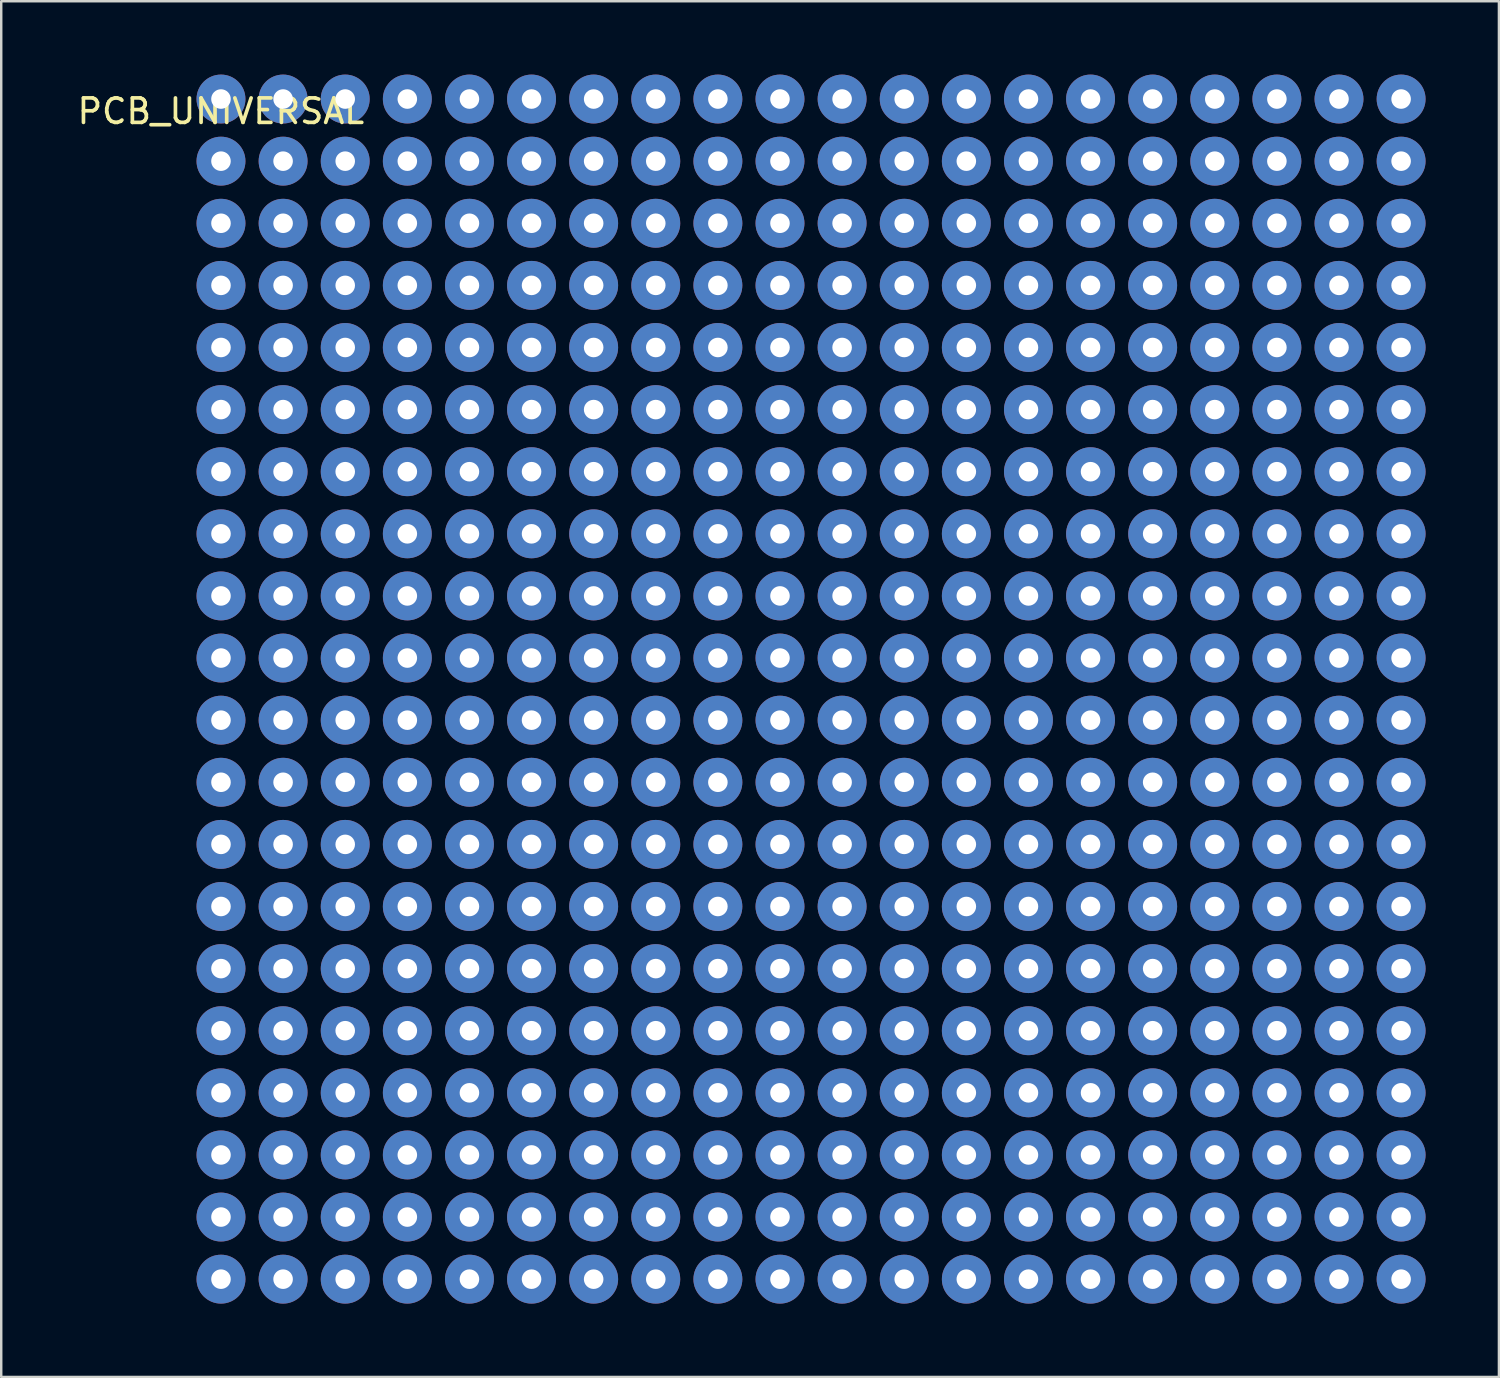
<source format=kicad_pcb>
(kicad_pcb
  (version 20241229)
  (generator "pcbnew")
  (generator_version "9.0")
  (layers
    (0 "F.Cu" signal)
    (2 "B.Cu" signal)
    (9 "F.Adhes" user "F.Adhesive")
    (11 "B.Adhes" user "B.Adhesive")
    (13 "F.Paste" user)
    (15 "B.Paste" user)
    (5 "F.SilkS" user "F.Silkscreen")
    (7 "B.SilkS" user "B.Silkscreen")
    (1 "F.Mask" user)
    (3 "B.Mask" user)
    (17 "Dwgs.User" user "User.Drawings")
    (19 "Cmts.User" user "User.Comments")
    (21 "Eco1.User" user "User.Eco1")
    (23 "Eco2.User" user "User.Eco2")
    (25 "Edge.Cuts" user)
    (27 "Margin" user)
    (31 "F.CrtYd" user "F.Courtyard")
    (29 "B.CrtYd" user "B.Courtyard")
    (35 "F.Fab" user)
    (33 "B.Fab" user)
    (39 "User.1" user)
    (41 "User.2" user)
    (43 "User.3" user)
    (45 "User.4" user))
  (footprint "PCB_UNIVERSAL"
    (layer "F.Cu")
    (at 5.982 1)
    (property "Reference" "PCB_UNIVERSAL" (at 0 0.5 0) (layer "F.SilkS") (effects (font (size 1 1) (thickness 0.15))))
    (attr through_hole)
    (pad "1" thru_hole circle (at 0.005 0) (size 2 2) (drill 0.8) (layers "*.Cu" "*.Mask"))
    (pad "2" thru_hole circle (at 2.545 0) (size 2 2) (drill 0.8) (layers "*.Cu" "*.Mask"))
    (pad "3" thru_hole circle (at 5.085 0) (size 2 2) (drill 0.8) (layers "*.Cu" "*.Mask"))
    (pad "4" thru_hole circle (at 7.625 0) (size 2 2) (drill 0.8) (layers "*.Cu" "*.Mask"))
    (pad "5" thru_hole circle (at 10.165 0) (size 2 2) (drill 0.8) (layers "*.Cu" "*.Mask"))
    (pad "6" thru_hole circle (at 12.705 0) (size 2 2) (drill 0.8) (layers "*.Cu" "*.Mask"))
    (pad "7" thru_hole circle (at 15.245 0) (size 2 2) (drill 0.8) (layers "*.Cu" "*.Mask"))
    (pad "8" thru_hole circle (at 17.785 0) (size 2 2) (drill 0.8) (layers "*.Cu" "*.Mask"))
    (pad "9" thru_hole circle (at 20.325 0) (size 2 2) (drill 0.8) (layers "*.Cu" "*.Mask"))
    (pad "10" thru_hole circle (at 22.865 0) (size 2 2) (drill 0.8) (layers "*.Cu" "*.Mask"))
    (pad "11" thru_hole circle (at 25.405 0) (size 2 2) (drill 0.8) (layers "*.Cu" "*.Mask"))
    (pad "12" thru_hole circle (at 27.945 0) (size 2 2) (drill 0.8) (layers "*.Cu" "*.Mask"))
    (pad "13" thru_hole circle (at 30.485 0) (size 2 2) (drill 0.8) (layers "*.Cu" "*.Mask"))
    (pad "14" thru_hole circle (at 33.025 0) (size 2 2) (drill 0.8) (layers "*.Cu" "*.Mask"))
    (pad "15" thru_hole circle (at 35.565 0) (size 2 2) (drill 0.8) (layers "*.Cu" "*.Mask"))
    (pad "16" thru_hole circle (at 38.105 0) (size 2 2) (drill 0.8) (layers "*.Cu" "*.Mask"))
    (pad "17" thru_hole circle (at 40.645 0) (size 2 2) (drill 0.8) (layers "*.Cu" "*.Mask"))
    (pad "18" thru_hole circle (at 43.185 0) (size 2 2) (drill 0.8) (layers "*.Cu" "*.Mask"))
    (pad "19" thru_hole circle (at 45.725 0) (size 2 2) (drill 0.8) (layers "*.Cu" "*.Mask"))
    (pad "20" thru_hole circle (at 48.265 0) (size 2 2) (drill 0.8) (layers "*.Cu" "*.Mask"))
    (pad "21" thru_hole circle (at 0.005 2.54) (size 2 2) (drill 0.8) (layers "*.Cu" "*.Mask"))
    (pad "22" thru_hole circle (at 2.545 2.54) (size 2 2) (drill 0.8) (layers "*.Cu" "*.Mask"))
    (pad "23" thru_hole circle (at 5.085 2.54) (size 2 2) (drill 0.8) (layers "*.Cu" "*.Mask"))
    (pad "24" thru_hole circle (at 7.625 2.54) (size 2 2) (drill 0.8) (layers "*.Cu" "*.Mask"))
    (pad "25" thru_hole circle (at 10.165 2.54) (size 2 2) (drill 0.8) (layers "*.Cu" "*.Mask"))
    (pad "26" thru_hole circle (at 12.705 2.54) (size 2 2) (drill 0.8) (layers "*.Cu" "*.Mask"))
    (pad "27" thru_hole circle (at 15.245 2.54) (size 2 2) (drill 0.8) (layers "*.Cu" "*.Mask"))
    (pad "28" thru_hole circle (at 17.785 2.54) (size 2 2) (drill 0.8) (layers "*.Cu" "*.Mask"))
    (pad "29" thru_hole circle (at 20.325 2.54) (size 2 2) (drill 0.8) (layers "*.Cu" "*.Mask"))
    (pad "30" thru_hole circle (at 22.865 2.54) (size 2 2) (drill 0.8) (layers "*.Cu" "*.Mask"))
    (pad "31" thru_hole circle (at 25.405 2.54) (size 2 2) (drill 0.8) (layers "*.Cu" "*.Mask"))
    (pad "32" thru_hole circle (at 27.945 2.54) (size 2 2) (drill 0.8) (layers "*.Cu" "*.Mask"))
    (pad "33" thru_hole circle (at 30.485 2.54) (size 2 2) (drill 0.8) (layers "*.Cu" "*.Mask"))
    (pad "34" thru_hole circle (at 33.025 2.54) (size 2 2) (drill 0.8) (layers "*.Cu" "*.Mask"))
    (pad "35" thru_hole circle (at 35.565 2.54) (size 2 2) (drill 0.8) (layers "*.Cu" "*.Mask"))
    (pad "36" thru_hole circle (at 38.105 2.54) (size 2 2) (drill 0.8) (layers "*.Cu" "*.Mask"))
    (pad "37" thru_hole circle (at 40.645 2.54) (size 2 2) (drill 0.8) (layers "*.Cu" "*.Mask"))
    (pad "38" thru_hole circle (at 43.185 2.54) (size 2 2) (drill 0.8) (layers "*.Cu" "*.Mask"))
    (pad "39" thru_hole circle (at 45.725 2.54) (size 2 2) (drill 0.8) (layers "*.Cu" "*.Mask"))
    (pad "40" thru_hole circle (at 48.265 2.54) (size 2 2) (drill 0.8) (layers "*.Cu" "*.Mask"))
    (pad "41" thru_hole circle (at 0.005 5.08) (size 2 2) (drill 0.8) (layers "*.Cu" "*.Mask"))
    (pad "42" thru_hole circle (at 2.545 5.08) (size 2 2) (drill 0.8) (layers "*.Cu" "*.Mask"))
    (pad "43" thru_hole circle (at 5.085 5.08) (size 2 2) (drill 0.8) (layers "*.Cu" "*.Mask"))
    (pad "44" thru_hole circle (at 7.625 5.08) (size 2 2) (drill 0.8) (layers "*.Cu" "*.Mask"))
    (pad "45" thru_hole circle (at 10.165 5.08) (size 2 2) (drill 0.8) (layers "*.Cu" "*.Mask"))
    (pad "46" thru_hole circle (at 12.705 5.08) (size 2 2) (drill 0.8) (layers "*.Cu" "*.Mask"))
    (pad "47" thru_hole circle (at 15.245 5.08) (size 2 2) (drill 0.8) (layers "*.Cu" "*.Mask"))
    (pad "48" thru_hole circle (at 17.785 5.08) (size 2 2) (drill 0.8) (layers "*.Cu" "*.Mask"))
    (pad "49" thru_hole circle (at 20.325 5.08) (size 2 2) (drill 0.8) (layers "*.Cu" "*.Mask"))
    (pad "50" thru_hole circle (at 22.865 5.08) (size 2 2) (drill 0.8) (layers "*.Cu" "*.Mask"))
    (pad "51" thru_hole circle (at 25.405 5.08) (size 2 2) (drill 0.8) (layers "*.Cu" "*.Mask"))
    (pad "52" thru_hole circle (at 27.945 5.08) (size 2 2) (drill 0.8) (layers "*.Cu" "*.Mask"))
    (pad "53" thru_hole circle (at 30.485 5.08) (size 2 2) (drill 0.8) (layers "*.Cu" "*.Mask"))
    (pad "54" thru_hole circle (at 33.025 5.08) (size 2 2) (drill 0.8) (layers "*.Cu" "*.Mask"))
    (pad "55" thru_hole circle (at 35.565 5.08) (size 2 2) (drill 0.8) (layers "*.Cu" "*.Mask"))
    (pad "56" thru_hole circle (at 38.105 5.08) (size 2 2) (drill 0.8) (layers "*.Cu" "*.Mask"))
    (pad "57" thru_hole circle (at 40.645 5.08) (size 2 2) (drill 0.8) (layers "*.Cu" "*.Mask"))
    (pad "58" thru_hole circle (at 43.185 5.08) (size 2 2) (drill 0.8) (layers "*.Cu" "*.Mask"))
    (pad "59" thru_hole circle (at 45.725 5.08) (size 2 2) (drill 0.8) (layers "*.Cu" "*.Mask"))
    (pad "60" thru_hole circle (at 48.265 5.08) (size 2 2) (drill 0.8) (layers "*.Cu" "*.Mask"))
    (pad "61" thru_hole circle (at 0.005 7.62) (size 2 2) (drill 0.8) (layers "*.Cu" "*.Mask"))
    (pad "62" thru_hole circle (at 2.545 7.62) (size 2 2) (drill 0.8) (layers "*.Cu" "*.Mask"))
    (pad "63" thru_hole circle (at 5.085 7.62) (size 2 2) (drill 0.8) (layers "*.Cu" "*.Mask"))
    (pad "64" thru_hole circle (at 7.625 7.62) (size 2 2) (drill 0.8) (layers "*.Cu" "*.Mask"))
    (pad "65" thru_hole circle (at 10.165 7.62) (size 2 2) (drill 0.8) (layers "*.Cu" "*.Mask"))
    (pad "66" thru_hole circle (at 12.705 7.62) (size 2 2) (drill 0.8) (layers "*.Cu" "*.Mask"))
    (pad "67" thru_hole circle (at 15.245 7.62) (size 2 2) (drill 0.8) (layers "*.Cu" "*.Mask"))
    (pad "68" thru_hole circle (at 17.785 7.62) (size 2 2) (drill 0.8) (layers "*.Cu" "*.Mask"))
    (pad "69" thru_hole circle (at 20.325 7.62) (size 2 2) (drill 0.8) (layers "*.Cu" "*.Mask"))
    (pad "70" thru_hole circle (at 22.865 7.62) (size 2 2) (drill 0.8) (layers "*.Cu" "*.Mask"))
    (pad "71" thru_hole circle (at 25.405 7.62) (size 2 2) (drill 0.8) (layers "*.Cu" "*.Mask"))
    (pad "72" thru_hole circle (at 27.945 7.62) (size 2 2) (drill 0.8) (layers "*.Cu" "*.Mask"))
    (pad "73" thru_hole circle (at 30.485 7.62) (size 2 2) (drill 0.8) (layers "*.Cu" "*.Mask"))
    (pad "74" thru_hole circle (at 33.025 7.62) (size 2 2) (drill 0.8) (layers "*.Cu" "*.Mask"))
    (pad "75" thru_hole circle (at 35.565 7.62) (size 2 2) (drill 0.8) (layers "*.Cu" "*.Mask"))
    (pad "76" thru_hole circle (at 38.105 7.62) (size 2 2) (drill 0.8) (layers "*.Cu" "*.Mask"))
    (pad "77" thru_hole circle (at 40.645 7.62) (size 2 2) (drill 0.8) (layers "*.Cu" "*.Mask"))
    (pad "78" thru_hole circle (at 43.185 7.62) (size 2 2) (drill 0.8) (layers "*.Cu" "*.Mask"))
    (pad "79" thru_hole circle (at 45.725 7.62) (size 2 2) (drill 0.8) (layers "*.Cu" "*.Mask"))
    (pad "80" thru_hole circle (at 48.265 7.62) (size 2 2) (drill 0.8) (layers "*.Cu" "*.Mask"))
    (pad "81" thru_hole circle (at 0.005 10.16) (size 2 2) (drill 0.8) (layers "*.Cu" "*.Mask"))
    (pad "82" thru_hole circle (at 2.545 10.16) (size 2 2) (drill 0.8) (layers "*.Cu" "*.Mask"))
    (pad "83" thru_hole circle (at 5.085 10.16) (size 2 2) (drill 0.8) (layers "*.Cu" "*.Mask"))
    (pad "84" thru_hole circle (at 7.625 10.16) (size 2 2) (drill 0.8) (layers "*.Cu" "*.Mask"))
    (pad "85" thru_hole circle (at 10.165 10.16) (size 2 2) (drill 0.8) (layers "*.Cu" "*.Mask"))
    (pad "86" thru_hole circle (at 12.705 10.16) (size 2 2) (drill 0.8) (layers "*.Cu" "*.Mask"))
    (pad "87" thru_hole circle (at 15.245 10.16) (size 2 2) (drill 0.8) (layers "*.Cu" "*.Mask"))
    (pad "88" thru_hole circle (at 17.785 10.16) (size 2 2) (drill 0.8) (layers "*.Cu" "*.Mask"))
    (pad "89" thru_hole circle (at 20.325 10.16) (size 2 2) (drill 0.8) (layers "*.Cu" "*.Mask"))
    (pad "90" thru_hole circle (at 22.865 10.16) (size 2 2) (drill 0.8) (layers "*.Cu" "*.Mask"))
    (pad "91" thru_hole circle (at 25.405 10.16) (size 2 2) (drill 0.8) (layers "*.Cu" "*.Mask"))
    (pad "92" thru_hole circle (at 27.945 10.16) (size 2 2) (drill 0.8) (layers "*.Cu" "*.Mask"))
    (pad "93" thru_hole circle (at 30.485 10.16) (size 2 2) (drill 0.8) (layers "*.Cu" "*.Mask"))
    (pad "94" thru_hole circle (at 33.025 10.16) (size 2 2) (drill 0.8) (layers "*.Cu" "*.Mask"))
    (pad "95" thru_hole circle (at 35.565 10.16) (size 2 2) (drill 0.8) (layers "*.Cu" "*.Mask"))
    (pad "96" thru_hole circle (at 38.105 10.16) (size 2 2) (drill 0.8) (layers "*.Cu" "*.Mask"))
    (pad "97" thru_hole circle (at 40.645 10.16) (size 2 2) (drill 0.8) (layers "*.Cu" "*.Mask"))
    (pad "98" thru_hole circle (at 43.185 10.16) (size 2 2) (drill 0.8) (layers "*.Cu" "*.Mask"))
    (pad "99" thru_hole circle (at 45.725 10.16) (size 2 2) (drill 0.8) (layers "*.Cu" "*.Mask"))
    (pad "100" thru_hole circle (at 48.265 10.16) (size 2 2) (drill 0.8) (layers "*.Cu" "*.Mask"))
    (pad "101" thru_hole circle (at 0.005 12.7) (size 2 2) (drill 0.8) (layers "*.Cu" "*.Mask"))
    (pad "102" thru_hole circle (at 2.545 12.7) (size 2 2) (drill 0.8) (layers "*.Cu" "*.Mask"))
    (pad "103" thru_hole circle (at 5.085 12.7) (size 2 2) (drill 0.8) (layers "*.Cu" "*.Mask"))
    (pad "104" thru_hole circle (at 7.625 12.7) (size 2 2) (drill 0.8) (layers "*.Cu" "*.Mask"))
    (pad "105" thru_hole circle (at 10.165 12.7) (size 2 2) (drill 0.8) (layers "*.Cu" "*.Mask"))
    (pad "106" thru_hole circle (at 12.705 12.7) (size 2 2) (drill 0.8) (layers "*.Cu" "*.Mask"))
    (pad "107" thru_hole circle (at 15.245 12.7) (size 2 2) (drill 0.8) (layers "*.Cu" "*.Mask"))
    (pad "108" thru_hole circle (at 17.785 12.7) (size 2 2) (drill 0.8) (layers "*.Cu" "*.Mask"))
    (pad "109" thru_hole circle (at 20.325 12.7) (size 2 2) (drill 0.8) (layers "*.Cu" "*.Mask"))
    (pad "110" thru_hole circle (at 22.865 12.7) (size 2 2) (drill 0.8) (layers "*.Cu" "*.Mask"))
    (pad "111" thru_hole circle (at 25.405 12.7) (size 2 2) (drill 0.8) (layers "*.Cu" "*.Mask"))
    (pad "112" thru_hole circle (at 27.945 12.7) (size 2 2) (drill 0.8) (layers "*.Cu" "*.Mask"))
    (pad "113" thru_hole circle (at 30.485 12.7) (size 2 2) (drill 0.8) (layers "*.Cu" "*.Mask"))
    (pad "114" thru_hole circle (at 33.025 12.7) (size 2 2) (drill 0.8) (layers "*.Cu" "*.Mask"))
    (pad "115" thru_hole circle (at 35.565 12.7) (size 2 2) (drill 0.8) (layers "*.Cu" "*.Mask"))
    (pad "116" thru_hole circle (at 38.105 12.7) (size 2 2) (drill 0.8) (layers "*.Cu" "*.Mask"))
    (pad "117" thru_hole circle (at 40.645 12.7) (size 2 2) (drill 0.8) (layers "*.Cu" "*.Mask"))
    (pad "118" thru_hole circle (at 43.185 12.7) (size 2 2) (drill 0.8) (layers "*.Cu" "*.Mask"))
    (pad "119" thru_hole circle (at 45.725 12.7) (size 2 2) (drill 0.8) (layers "*.Cu" "*.Mask"))
    (pad "120" thru_hole circle (at 48.265 12.7) (size 2 2) (drill 0.8) (layers "*.Cu" "*.Mask"))
    (pad "121" thru_hole circle (at 0.005 15.24) (size 2 2) (drill 0.8) (layers "*.Cu" "*.Mask"))
    (pad "122" thru_hole circle (at 2.545 15.24) (size 2 2) (drill 0.8) (layers "*.Cu" "*.Mask"))
    (pad "123" thru_hole circle (at 5.085 15.24) (size 2 2) (drill 0.8) (layers "*.Cu" "*.Mask"))
    (pad "124" thru_hole circle (at 7.625 15.24) (size 2 2) (drill 0.8) (layers "*.Cu" "*.Mask"))
    (pad "125" thru_hole circle (at 10.165 15.24) (size 2 2) (drill 0.8) (layers "*.Cu" "*.Mask"))
    (pad "126" thru_hole circle (at 12.705 15.24) (size 2 2) (drill 0.8) (layers "*.Cu" "*.Mask"))
    (pad "127" thru_hole circle (at 15.245 15.24) (size 2 2) (drill 0.8) (layers "*.Cu" "*.Mask"))
    (pad "128" thru_hole circle (at 17.785 15.24) (size 2 2) (drill 0.8) (layers "*.Cu" "*.Mask"))
    (pad "129" thru_hole circle (at 20.325 15.24) (size 2 2) (drill 0.8) (layers "*.Cu" "*.Mask"))
    (pad "130" thru_hole circle (at 22.865 15.24) (size 2 2) (drill 0.8) (layers "*.Cu" "*.Mask"))
    (pad "131" thru_hole circle (at 25.405 15.24) (size 2 2) (drill 0.8) (layers "*.Cu" "*.Mask"))
    (pad "132" thru_hole circle (at 27.945 15.24) (size 2 2) (drill 0.8) (layers "*.Cu" "*.Mask"))
    (pad "133" thru_hole circle (at 30.485 15.24) (size 2 2) (drill 0.8) (layers "*.Cu" "*.Mask"))
    (pad "134" thru_hole circle (at 33.025 15.24) (size 2 2) (drill 0.8) (layers "*.Cu" "*.Mask"))
    (pad "135" thru_hole circle (at 35.565 15.24) (size 2 2) (drill 0.8) (layers "*.Cu" "*.Mask"))
    (pad "136" thru_hole circle (at 38.105 15.24) (size 2 2) (drill 0.8) (layers "*.Cu" "*.Mask"))
    (pad "137" thru_hole circle (at 40.645 15.24) (size 2 2) (drill 0.8) (layers "*.Cu" "*.Mask"))
    (pad "138" thru_hole circle (at 43.185 15.24) (size 2 2) (drill 0.8) (layers "*.Cu" "*.Mask"))
    (pad "139" thru_hole circle (at 45.725 15.24) (size 2 2) (drill 0.8) (layers "*.Cu" "*.Mask"))
    (pad "140" thru_hole circle (at 48.265 15.24) (size 2 2) (drill 0.8) (layers "*.Cu" "*.Mask"))
    (pad "141" thru_hole circle (at 0.005 17.78) (size 2 2) (drill 0.8) (layers "*.Cu" "*.Mask"))
    (pad "142" thru_hole circle (at 2.545 17.78) (size 2 2) (drill 0.8) (layers "*.Cu" "*.Mask"))
    (pad "143" thru_hole circle (at 5.085 17.78) (size 2 2) (drill 0.8) (layers "*.Cu" "*.Mask"))
    (pad "144" thru_hole circle (at 7.625 17.78) (size 2 2) (drill 0.8) (layers "*.Cu" "*.Mask"))
    (pad "145" thru_hole circle (at 10.165 17.78) (size 2 2) (drill 0.8) (layers "*.Cu" "*.Mask"))
    (pad "146" thru_hole circle (at 12.705 17.78) (size 2 2) (drill 0.8) (layers "*.Cu" "*.Mask"))
    (pad "147" thru_hole circle (at 15.245 17.78) (size 2 2) (drill 0.8) (layers "*.Cu" "*.Mask"))
    (pad "148" thru_hole circle (at 17.785 17.78) (size 2 2) (drill 0.8) (layers "*.Cu" "*.Mask"))
    (pad "149" thru_hole circle (at 20.325 17.78) (size 2 2) (drill 0.8) (layers "*.Cu" "*.Mask"))
    (pad "150" thru_hole circle (at 22.865 17.78) (size 2 2) (drill 0.8) (layers "*.Cu" "*.Mask"))
    (pad "151" thru_hole circle (at 25.405 17.78) (size 2 2) (drill 0.8) (layers "*.Cu" "*.Mask"))
    (pad "152" thru_hole circle (at 27.945 17.78) (size 2 2) (drill 0.8) (layers "*.Cu" "*.Mask"))
    (pad "153" thru_hole circle (at 30.485 17.78) (size 2 2) (drill 0.8) (layers "*.Cu" "*.Mask"))
    (pad "154" thru_hole circle (at 33.025 17.78) (size 2 2) (drill 0.8) (layers "*.Cu" "*.Mask"))
    (pad "155" thru_hole circle (at 35.565 17.78) (size 2 2) (drill 0.8) (layers "*.Cu" "*.Mask"))
    (pad "156" thru_hole circle (at 38.105 17.78) (size 2 2) (drill 0.8) (layers "*.Cu" "*.Mask"))
    (pad "157" thru_hole circle (at 40.645 17.78) (size 2 2) (drill 0.8) (layers "*.Cu" "*.Mask"))
    (pad "158" thru_hole circle (at 43.185 17.78) (size 2 2) (drill 0.8) (layers "*.Cu" "*.Mask"))
    (pad "159" thru_hole circle (at 45.725 17.78) (size 2 2) (drill 0.8) (layers "*.Cu" "*.Mask"))
    (pad "160" thru_hole circle (at 48.265 17.78) (size 2 2) (drill 0.8) (layers "*.Cu" "*.Mask"))
    (pad "161" thru_hole circle (at 0.005 20.32) (size 2 2) (drill 0.8) (layers "*.Cu" "*.Mask"))
    (pad "162" thru_hole circle (at 2.545 20.32) (size 2 2) (drill 0.8) (layers "*.Cu" "*.Mask"))
    (pad "163" thru_hole circle (at 5.085 20.32) (size 2 2) (drill 0.8) (layers "*.Cu" "*.Mask"))
    (pad "164" thru_hole circle (at 7.625 20.32) (size 2 2) (drill 0.8) (layers "*.Cu" "*.Mask"))
    (pad "165" thru_hole circle (at 10.165 20.32) (size 2 2) (drill 0.8) (layers "*.Cu" "*.Mask"))
    (pad "166" thru_hole circle (at 12.705 20.32) (size 2 2) (drill 0.8) (layers "*.Cu" "*.Mask"))
    (pad "167" thru_hole circle (at 15.245 20.32) (size 2 2) (drill 0.8) (layers "*.Cu" "*.Mask"))
    (pad "168" thru_hole circle (at 17.785 20.32) (size 2 2) (drill 0.8) (layers "*.Cu" "*.Mask"))
    (pad "169" thru_hole circle (at 20.325 20.32) (size 2 2) (drill 0.8) (layers "*.Cu" "*.Mask"))
    (pad "170" thru_hole circle (at 22.865 20.32) (size 2 2) (drill 0.8) (layers "*.Cu" "*.Mask"))
    (pad "171" thru_hole circle (at 25.405 20.32) (size 2 2) (drill 0.8) (layers "*.Cu" "*.Mask"))
    (pad "172" thru_hole circle (at 27.945 20.32) (size 2 2) (drill 0.8) (layers "*.Cu" "*.Mask"))
    (pad "173" thru_hole circle (at 30.485 20.32) (size 2 2) (drill 0.8) (layers "*.Cu" "*.Mask"))
    (pad "174" thru_hole circle (at 33.025 20.32) (size 2 2) (drill 0.8) (layers "*.Cu" "*.Mask"))
    (pad "175" thru_hole circle (at 35.565 20.32) (size 2 2) (drill 0.8) (layers "*.Cu" "*.Mask"))
    (pad "176" thru_hole circle (at 38.105 20.32) (size 2 2) (drill 0.8) (layers "*.Cu" "*.Mask"))
    (pad "177" thru_hole circle (at 40.645 20.32) (size 2 2) (drill 0.8) (layers "*.Cu" "*.Mask"))
    (pad "178" thru_hole circle (at 43.185 20.32) (size 2 2) (drill 0.8) (layers "*.Cu" "*.Mask"))
    (pad "179" thru_hole circle (at 45.725 20.32) (size 2 2) (drill 0.8) (layers "*.Cu" "*.Mask"))
    (pad "180" thru_hole circle (at 48.265 20.32) (size 2 2) (drill 0.8) (layers "*.Cu" "*.Mask"))
    (pad "181" thru_hole circle (at 0.005 22.86) (size 2 2) (drill 0.8) (layers "*.Cu" "*.Mask"))
    (pad "182" thru_hole circle (at 2.545 22.86) (size 2 2) (drill 0.8) (layers "*.Cu" "*.Mask"))
    (pad "183" thru_hole circle (at 5.085 22.86) (size 2 2) (drill 0.8) (layers "*.Cu" "*.Mask"))
    (pad "184" thru_hole circle (at 7.625 22.86) (size 2 2) (drill 0.8) (layers "*.Cu" "*.Mask"))
    (pad "185" thru_hole circle (at 10.165 22.86) (size 2 2) (drill 0.8) (layers "*.Cu" "*.Mask"))
    (pad "186" thru_hole circle (at 12.705 22.86) (size 2 2) (drill 0.8) (layers "*.Cu" "*.Mask"))
    (pad "187" thru_hole circle (at 15.245 22.86) (size 2 2) (drill 0.8) (layers "*.Cu" "*.Mask"))
    (pad "188" thru_hole circle (at 17.785 22.86) (size 2 2) (drill 0.8) (layers "*.Cu" "*.Mask"))
    (pad "189" thru_hole circle (at 20.325 22.86) (size 2 2) (drill 0.8) (layers "*.Cu" "*.Mask"))
    (pad "190" thru_hole circle (at 22.865 22.86) (size 2 2) (drill 0.8) (layers "*.Cu" "*.Mask"))
    (pad "191" thru_hole circle (at 25.405 22.86) (size 2 2) (drill 0.8) (layers "*.Cu" "*.Mask"))
    (pad "192" thru_hole circle (at 27.945 22.86) (size 2 2) (drill 0.8) (layers "*.Cu" "*.Mask"))
    (pad "193" thru_hole circle (at 30.485 22.86) (size 2 2) (drill 0.8) (layers "*.Cu" "*.Mask"))
    (pad "194" thru_hole circle (at 33.025 22.86) (size 2 2) (drill 0.8) (layers "*.Cu" "*.Mask"))
    (pad "195" thru_hole circle (at 35.565 22.86) (size 2 2) (drill 0.8) (layers "*.Cu" "*.Mask"))
    (pad "196" thru_hole circle (at 38.105 22.86) (size 2 2) (drill 0.8) (layers "*.Cu" "*.Mask"))
    (pad "197" thru_hole circle (at 40.645 22.86) (size 2 2) (drill 0.8) (layers "*.Cu" "*.Mask"))
    (pad "198" thru_hole circle (at 43.185 22.86) (size 2 2) (drill 0.8) (layers "*.Cu" "*.Mask"))
    (pad "199" thru_hole circle (at 45.725 22.86) (size 2 2) (drill 0.8) (layers "*.Cu" "*.Mask"))
    (pad "200" thru_hole circle (at 48.265 22.86) (size 2 2) (drill 0.8) (layers "*.Cu" "*.Mask"))
    (pad "201" thru_hole circle (at 0.005 25.4) (size 2 2) (drill 0.8) (layers "*.Cu" "*.Mask"))
    (pad "202" thru_hole circle (at 2.545 25.4) (size 2 2) (drill 0.8) (layers "*.Cu" "*.Mask"))
    (pad "203" thru_hole circle (at 5.085 25.4) (size 2 2) (drill 0.8) (layers "*.Cu" "*.Mask"))
    (pad "204" thru_hole circle (at 7.625 25.4) (size 2 2) (drill 0.8) (layers "*.Cu" "*.Mask"))
    (pad "205" thru_hole circle (at 10.165 25.4) (size 2 2) (drill 0.8) (layers "*.Cu" "*.Mask"))
    (pad "206" thru_hole circle (at 12.705 25.4) (size 2 2) (drill 0.8) (layers "*.Cu" "*.Mask"))
    (pad "207" thru_hole circle (at 15.245 25.4) (size 2 2) (drill 0.8) (layers "*.Cu" "*.Mask"))
    (pad "208" thru_hole circle (at 17.785 25.4) (size 2 2) (drill 0.8) (layers "*.Cu" "*.Mask"))
    (pad "209" thru_hole circle (at 20.325 25.4) (size 2 2) (drill 0.8) (layers "*.Cu" "*.Mask"))
    (pad "210" thru_hole circle (at 22.865 25.4) (size 2 2) (drill 0.8) (layers "*.Cu" "*.Mask"))
    (pad "211" thru_hole circle (at 25.405 25.4) (size 2 2) (drill 0.8) (layers "*.Cu" "*.Mask"))
    (pad "212" thru_hole circle (at 27.945 25.4) (size 2 2) (drill 0.8) (layers "*.Cu" "*.Mask"))
    (pad "213" thru_hole circle (at 30.485 25.4) (size 2 2) (drill 0.8) (layers "*.Cu" "*.Mask"))
    (pad "214" thru_hole circle (at 33.025 25.4) (size 2 2) (drill 0.8) (layers "*.Cu" "*.Mask"))
    (pad "215" thru_hole circle (at 35.565 25.4) (size 2 2) (drill 0.8) (layers "*.Cu" "*.Mask"))
    (pad "216" thru_hole circle (at 38.105 25.4) (size 2 2) (drill 0.8) (layers "*.Cu" "*.Mask"))
    (pad "217" thru_hole circle (at 40.645 25.4) (size 2 2) (drill 0.8) (layers "*.Cu" "*.Mask"))
    (pad "218" thru_hole circle (at 43.185 25.4) (size 2 2) (drill 0.8) (layers "*.Cu" "*.Mask"))
    (pad "219" thru_hole circle (at 45.725 25.4) (size 2 2) (drill 0.8) (layers "*.Cu" "*.Mask"))
    (pad "220" thru_hole circle (at 48.265 25.4) (size 2 2) (drill 0.8) (layers "*.Cu" "*.Mask"))
    (pad "221" thru_hole circle (at 0.005 27.94) (size 2 2) (drill 0.8) (layers "*.Cu" "*.Mask"))
    (pad "222" thru_hole circle (at 2.545 27.94) (size 2 2) (drill 0.8) (layers "*.Cu" "*.Mask"))
    (pad "223" thru_hole circle (at 5.085 27.94) (size 2 2) (drill 0.8) (layers "*.Cu" "*.Mask"))
    (pad "224" thru_hole circle (at 7.625 27.94) (size 2 2) (drill 0.8) (layers "*.Cu" "*.Mask"))
    (pad "225" thru_hole circle (at 10.165 27.94) (size 2 2) (drill 0.8) (layers "*.Cu" "*.Mask"))
    (pad "226" thru_hole circle (at 12.705 27.94) (size 2 2) (drill 0.8) (layers "*.Cu" "*.Mask"))
    (pad "227" thru_hole circle (at 15.245 27.94) (size 2 2) (drill 0.8) (layers "*.Cu" "*.Mask"))
    (pad "228" thru_hole circle (at 17.785 27.94) (size 2 2) (drill 0.8) (layers "*.Cu" "*.Mask"))
    (pad "229" thru_hole circle (at 20.325 27.94) (size 2 2) (drill 0.8) (layers "*.Cu" "*.Mask"))
    (pad "230" thru_hole circle (at 22.865 27.94) (size 2 2) (drill 0.8) (layers "*.Cu" "*.Mask"))
    (pad "231" thru_hole circle (at 25.405 27.94) (size 2 2) (drill 0.8) (layers "*.Cu" "*.Mask"))
    (pad "232" thru_hole circle (at 27.945 27.94) (size 2 2) (drill 0.8) (layers "*.Cu" "*.Mask"))
    (pad "233" thru_hole circle (at 30.485 27.94) (size 2 2) (drill 0.8) (layers "*.Cu" "*.Mask"))
    (pad "234" thru_hole circle (at 33.025 27.94) (size 2 2) (drill 0.8) (layers "*.Cu" "*.Mask"))
    (pad "235" thru_hole circle (at 35.565 27.94) (size 2 2) (drill 0.8) (layers "*.Cu" "*.Mask"))
    (pad "236" thru_hole circle (at 38.105 27.94) (size 2 2) (drill 0.8) (layers "*.Cu" "*.Mask"))
    (pad "237" thru_hole circle (at 40.645 27.94) (size 2 2) (drill 0.8) (layers "*.Cu" "*.Mask"))
    (pad "238" thru_hole circle (at 43.185 27.94) (size 2 2) (drill 0.8) (layers "*.Cu" "*.Mask"))
    (pad "239" thru_hole circle (at 45.725 27.94) (size 2 2) (drill 0.8) (layers "*.Cu" "*.Mask"))
    (pad "240" thru_hole circle (at 48.265 27.94) (size 2 2) (drill 0.8) (layers "*.Cu" "*.Mask"))
    (pad "241" thru_hole circle (at 0.005 30.48) (size 2 2) (drill 0.8) (layers "*.Cu" "*.Mask"))
    (pad "242" thru_hole circle (at 2.545 30.48) (size 2 2) (drill 0.8) (layers "*.Cu" "*.Mask"))
    (pad "243" thru_hole circle (at 5.085 30.48) (size 2 2) (drill 0.8) (layers "*.Cu" "*.Mask"))
    (pad "244" thru_hole circle (at 7.625 30.48) (size 2 2) (drill 0.8) (layers "*.Cu" "*.Mask"))
    (pad "245" thru_hole circle (at 10.165 30.48) (size 2 2) (drill 0.8) (layers "*.Cu" "*.Mask"))
    (pad "246" thru_hole circle (at 12.705 30.48) (size 2 2) (drill 0.8) (layers "*.Cu" "*.Mask"))
    (pad "247" thru_hole circle (at 15.245 30.48) (size 2 2) (drill 0.8) (layers "*.Cu" "*.Mask"))
    (pad "248" thru_hole circle (at 17.785 30.48) (size 2 2) (drill 0.8) (layers "*.Cu" "*.Mask"))
    (pad "249" thru_hole circle (at 20.325 30.48) (size 2 2) (drill 0.8) (layers "*.Cu" "*.Mask"))
    (pad "250" thru_hole circle (at 22.865 30.48) (size 2 2) (drill 0.8) (layers "*.Cu" "*.Mask"))
    (pad "251" thru_hole circle (at 25.405 30.48) (size 2 2) (drill 0.8) (layers "*.Cu" "*.Mask"))
    (pad "252" thru_hole circle (at 27.945 30.48) (size 2 2) (drill 0.8) (layers "*.Cu" "*.Mask"))
    (pad "253" thru_hole circle (at 30.485 30.48) (size 2 2) (drill 0.8) (layers "*.Cu" "*.Mask"))
    (pad "254" thru_hole circle (at 33.025 30.48) (size 2 2) (drill 0.8) (layers "*.Cu" "*.Mask"))
    (pad "255" thru_hole circle (at 35.565 30.48) (size 2 2) (drill 0.8) (layers "*.Cu" "*.Mask"))
    (pad "256" thru_hole circle (at 38.105 30.48) (size 2 2) (drill 0.8) (layers "*.Cu" "*.Mask"))
    (pad "257" thru_hole circle (at 40.645 30.48) (size 2 2) (drill 0.8) (layers "*.Cu" "*.Mask"))
    (pad "258" thru_hole circle (at 43.185 30.48) (size 2 2) (drill 0.8) (layers "*.Cu" "*.Mask"))
    (pad "259" thru_hole circle (at 45.725 30.48) (size 2 2) (drill 0.8) (layers "*.Cu" "*.Mask"))
    (pad "260" thru_hole circle (at 48.265 30.48) (size 2 2) (drill 0.8) (layers "*.Cu" "*.Mask"))
    (pad "261" thru_hole circle (at 0.005 33.02) (size 2 2) (drill 0.8) (layers "*.Cu" "*.Mask"))
    (pad "262" thru_hole circle (at 2.545 33.02) (size 2 2) (drill 0.8) (layers "*.Cu" "*.Mask"))
    (pad "263" thru_hole circle (at 5.085 33.02) (size 2 2) (drill 0.8) (layers "*.Cu" "*.Mask"))
    (pad "264" thru_hole circle (at 7.625 33.02) (size 2 2) (drill 0.8) (layers "*.Cu" "*.Mask"))
    (pad "265" thru_hole circle (at 10.165 33.02) (size 2 2) (drill 0.8) (layers "*.Cu" "*.Mask"))
    (pad "266" thru_hole circle (at 12.705 33.02) (size 2 2) (drill 0.8) (layers "*.Cu" "*.Mask"))
    (pad "267" thru_hole circle (at 15.245 33.02) (size 2 2) (drill 0.8) (layers "*.Cu" "*.Mask"))
    (pad "268" thru_hole circle (at 17.785 33.02) (size 2 2) (drill 0.8) (layers "*.Cu" "*.Mask"))
    (pad "269" thru_hole circle (at 20.325 33.02) (size 2 2) (drill 0.8) (layers "*.Cu" "*.Mask"))
    (pad "270" thru_hole circle (at 22.865 33.02) (size 2 2) (drill 0.8) (layers "*.Cu" "*.Mask"))
    (pad "271" thru_hole circle (at 25.405 33.02) (size 2 2) (drill 0.8) (layers "*.Cu" "*.Mask"))
    (pad "272" thru_hole circle (at 27.945 33.02) (size 2 2) (drill 0.8) (layers "*.Cu" "*.Mask"))
    (pad "273" thru_hole circle (at 30.485 33.02) (size 2 2) (drill 0.8) (layers "*.Cu" "*.Mask"))
    (pad "274" thru_hole circle (at 33.025 33.02) (size 2 2) (drill 0.8) (layers "*.Cu" "*.Mask"))
    (pad "275" thru_hole circle (at 35.565 33.02) (size 2 2) (drill 0.8) (layers "*.Cu" "*.Mask"))
    (pad "276" thru_hole circle (at 38.105 33.02) (size 2 2) (drill 0.8) (layers "*.Cu" "*.Mask"))
    (pad "277" thru_hole circle (at 40.645 33.02) (size 2 2) (drill 0.8) (layers "*.Cu" "*.Mask"))
    (pad "278" thru_hole circle (at 43.185 33.02) (size 2 2) (drill 0.8) (layers "*.Cu" "*.Mask"))
    (pad "279" thru_hole circle (at 45.725 33.02) (size 2 2) (drill 0.8) (layers "*.Cu" "*.Mask"))
    (pad "280" thru_hole circle (at 48.265 33.02) (size 2 2) (drill 0.8) (layers "*.Cu" "*.Mask"))
    (pad "281" thru_hole circle (at 0.005 35.56) (size 2 2) (drill 0.8) (layers "*.Cu" "*.Mask"))
    (pad "282" thru_hole circle (at 2.545 35.56) (size 2 2) (drill 0.8) (layers "*.Cu" "*.Mask"))
    (pad "283" thru_hole circle (at 5.085 35.56) (size 2 2) (drill 0.8) (layers "*.Cu" "*.Mask"))
    (pad "284" thru_hole circle (at 7.625 35.56) (size 2 2) (drill 0.8) (layers "*.Cu" "*.Mask"))
    (pad "285" thru_hole circle (at 10.165 35.56) (size 2 2) (drill 0.8) (layers "*.Cu" "*.Mask"))
    (pad "286" thru_hole circle (at 12.705 35.56) (size 2 2) (drill 0.8) (layers "*.Cu" "*.Mask"))
    (pad "287" thru_hole circle (at 15.245 35.56) (size 2 2) (drill 0.8) (layers "*.Cu" "*.Mask"))
    (pad "288" thru_hole circle (at 17.785 35.56) (size 2 2) (drill 0.8) (layers "*.Cu" "*.Mask"))
    (pad "289" thru_hole circle (at 20.325 35.56) (size 2 2) (drill 0.8) (layers "*.Cu" "*.Mask"))
    (pad "290" thru_hole circle (at 22.865 35.56) (size 2 2) (drill 0.8) (layers "*.Cu" "*.Mask"))
    (pad "291" thru_hole circle (at 25.405 35.56) (size 2 2) (drill 0.8) (layers "*.Cu" "*.Mask"))
    (pad "292" thru_hole circle (at 27.945 35.56) (size 2 2) (drill 0.8) (layers "*.Cu" "*.Mask"))
    (pad "293" thru_hole circle (at 30.485 35.56) (size 2 2) (drill 0.8) (layers "*.Cu" "*.Mask"))
    (pad "294" thru_hole circle (at 33.025 35.56) (size 2 2) (drill 0.8) (layers "*.Cu" "*.Mask"))
    (pad "295" thru_hole circle (at 35.565 35.56) (size 2 2) (drill 0.8) (layers "*.Cu" "*.Mask"))
    (pad "296" thru_hole circle (at 38.105 35.56) (size 2 2) (drill 0.8) (layers "*.Cu" "*.Mask"))
    (pad "297" thru_hole circle (at 40.645 35.56) (size 2 2) (drill 0.8) (layers "*.Cu" "*.Mask"))
    (pad "298" thru_hole circle (at 43.185 35.56) (size 2 2) (drill 0.8) (layers "*.Cu" "*.Mask"))
    (pad "299" thru_hole circle (at 45.725 35.56) (size 2 2) (drill 0.8) (layers "*.Cu" "*.Mask"))
    (pad "300" thru_hole circle (at 48.265 35.56) (size 2 2) (drill 0.8) (layers "*.Cu" "*.Mask"))
    (pad "301" thru_hole circle (at 0.005 38.1) (size 2 2) (drill 0.8) (layers "*.Cu" "*.Mask"))
    (pad "302" thru_hole circle (at 2.545 38.1) (size 2 2) (drill 0.8) (layers "*.Cu" "*.Mask"))
    (pad "303" thru_hole circle (at 5.085 38.1) (size 2 2) (drill 0.8) (layers "*.Cu" "*.Mask"))
    (pad "304" thru_hole circle (at 7.625 38.1) (size 2 2) (drill 0.8) (layers "*.Cu" "*.Mask"))
    (pad "305" thru_hole circle (at 10.165 38.1) (size 2 2) (drill 0.8) (layers "*.Cu" "*.Mask"))
    (pad "306" thru_hole circle (at 12.705 38.1) (size 2 2) (drill 0.8) (layers "*.Cu" "*.Mask"))
    (pad "307" thru_hole circle (at 15.245 38.1) (size 2 2) (drill 0.8) (layers "*.Cu" "*.Mask"))
    (pad "308" thru_hole circle (at 17.785 38.1) (size 2 2) (drill 0.8) (layers "*.Cu" "*.Mask"))
    (pad "309" thru_hole circle (at 20.325 38.1) (size 2 2) (drill 0.8) (layers "*.Cu" "*.Mask"))
    (pad "310" thru_hole circle (at 22.865 38.1) (size 2 2) (drill 0.8) (layers "*.Cu" "*.Mask"))
    (pad "311" thru_hole circle (at 25.405 38.1) (size 2 2) (drill 0.8) (layers "*.Cu" "*.Mask"))
    (pad "312" thru_hole circle (at 27.945 38.1) (size 2 2) (drill 0.8) (layers "*.Cu" "*.Mask"))
    (pad "313" thru_hole circle (at 30.485 38.1) (size 2 2) (drill 0.8) (layers "*.Cu" "*.Mask"))
    (pad "314" thru_hole circle (at 33.025 38.1) (size 2 2) (drill 0.8) (layers "*.Cu" "*.Mask"))
    (pad "315" thru_hole circle (at 35.565 38.1) (size 2 2) (drill 0.8) (layers "*.Cu" "*.Mask"))
    (pad "316" thru_hole circle (at 38.105 38.1) (size 2 2) (drill 0.8) (layers "*.Cu" "*.Mask"))
    (pad "317" thru_hole circle (at 40.645 38.1) (size 2 2) (drill 0.8) (layers "*.Cu" "*.Mask"))
    (pad "318" thru_hole circle (at 43.185 38.1) (size 2 2) (drill 0.8) (layers "*.Cu" "*.Mask"))
    (pad "319" thru_hole circle (at 45.725 38.1) (size 2 2) (drill 0.8) (layers "*.Cu" "*.Mask"))
    (pad "320" thru_hole circle (at 48.265 38.1) (size 2 2) (drill 0.8) (layers "*.Cu" "*.Mask"))
    (pad "321" thru_hole circle (at 0.005 40.64) (size 2 2) (drill 0.8) (layers "*.Cu" "*.Mask"))
    (pad "322" thru_hole circle (at 2.545 40.64) (size 2 2) (drill 0.8) (layers "*.Cu" "*.Mask"))
    (pad "323" thru_hole circle (at 5.085 40.64) (size 2 2) (drill 0.8) (layers "*.Cu" "*.Mask"))
    (pad "324" thru_hole circle (at 7.625 40.64) (size 2 2) (drill 0.8) (layers "*.Cu" "*.Mask"))
    (pad "325" thru_hole circle (at 10.165 40.64) (size 2 2) (drill 0.8) (layers "*.Cu" "*.Mask"))
    (pad "326" thru_hole circle (at 12.705 40.64) (size 2 2) (drill 0.8) (layers "*.Cu" "*.Mask"))
    (pad "327" thru_hole circle (at 15.245 40.64) (size 2 2) (drill 0.8) (layers "*.Cu" "*.Mask"))
    (pad "328" thru_hole circle (at 17.785 40.64) (size 2 2) (drill 0.8) (layers "*.Cu" "*.Mask"))
    (pad "329" thru_hole circle (at 20.325 40.64) (size 2 2) (drill 0.8) (layers "*.Cu" "*.Mask"))
    (pad "330" thru_hole circle (at 22.865 40.64) (size 2 2) (drill 0.8) (layers "*.Cu" "*.Mask"))
    (pad "331" thru_hole circle (at 25.405 40.64) (size 2 2) (drill 0.8) (layers "*.Cu" "*.Mask"))
    (pad "332" thru_hole circle (at 27.945 40.64) (size 2 2) (drill 0.8) (layers "*.Cu" "*.Mask"))
    (pad "333" thru_hole circle (at 30.485 40.64) (size 2 2) (drill 0.8) (layers "*.Cu" "*.Mask"))
    (pad "334" thru_hole circle (at 33.025 40.64) (size 2 2) (drill 0.8) (layers "*.Cu" "*.Mask"))
    (pad "335" thru_hole circle (at 35.565 40.64) (size 2 2) (drill 0.8) (layers "*.Cu" "*.Mask"))
    (pad "336" thru_hole circle (at 38.105 40.64) (size 2 2) (drill 0.8) (layers "*.Cu" "*.Mask"))
    (pad "337" thru_hole circle (at 40.645 40.64) (size 2 2) (drill 0.8) (layers "*.Cu" "*.Mask"))
    (pad "338" thru_hole circle (at 43.185 40.64) (size 2 2) (drill 0.8) (layers "*.Cu" "*.Mask"))
    (pad "339" thru_hole circle (at 45.725 40.64) (size 2 2) (drill 0.8) (layers "*.Cu" "*.Mask"))
    (pad "340" thru_hole circle (at 48.265 40.64) (size 2 2) (drill 0.8) (layers "*.Cu" "*.Mask"))
    (pad "341" thru_hole circle (at 0.005 43.18) (size 2 2) (drill 0.8) (layers "*.Cu" "*.Mask"))
    (pad "342" thru_hole circle (at 2.545 43.18) (size 2 2) (drill 0.8) (layers "*.Cu" "*.Mask"))
    (pad "343" thru_hole circle (at 5.085 43.18) (size 2 2) (drill 0.8) (layers "*.Cu" "*.Mask"))
    (pad "344" thru_hole circle (at 7.625 43.18) (size 2 2) (drill 0.8) (layers "*.Cu" "*.Mask"))
    (pad "345" thru_hole circle (at 10.165 43.18) (size 2 2) (drill 0.8) (layers "*.Cu" "*.Mask"))
    (pad "346" thru_hole circle (at 12.705 43.18) (size 2 2) (drill 0.8) (layers "*.Cu" "*.Mask"))
    (pad "347" thru_hole circle (at 15.245 43.18) (size 2 2) (drill 0.8) (layers "*.Cu" "*.Mask"))
    (pad "348" thru_hole circle (at 17.785 43.18) (size 2 2) (drill 0.8) (layers "*.Cu" "*.Mask"))
    (pad "349" thru_hole circle (at 20.325 43.18) (size 2 2) (drill 0.8) (layers "*.Cu" "*.Mask"))
    (pad "350" thru_hole circle (at 22.865 43.18) (size 2 2) (drill 0.8) (layers "*.Cu" "*.Mask"))
    (pad "351" thru_hole circle (at 25.405 43.18) (size 2 2) (drill 0.8) (layers "*.Cu" "*.Mask"))
    (pad "352" thru_hole circle (at 27.945 43.18) (size 2 2) (drill 0.8) (layers "*.Cu" "*.Mask"))
    (pad "353" thru_hole circle (at 30.485 43.18) (size 2 2) (drill 0.8) (layers "*.Cu" "*.Mask"))
    (pad "354" thru_hole circle (at 33.025 43.18) (size 2 2) (drill 0.8) (layers "*.Cu" "*.Mask"))
    (pad "355" thru_hole circle (at 35.565 43.18) (size 2 2) (drill 0.8) (layers "*.Cu" "*.Mask"))
    (pad "356" thru_hole circle (at 38.105 43.18) (size 2 2) (drill 0.8) (layers "*.Cu" "*.Mask"))
    (pad "357" thru_hole circle (at 40.645 43.18) (size 2 2) (drill 0.8) (layers "*.Cu" "*.Mask"))
    (pad "358" thru_hole circle (at 43.185 43.18) (size 2 2) (drill 0.8) (layers "*.Cu" "*.Mask"))
    (pad "359" thru_hole circle (at 45.725 43.18) (size 2 2) (drill 0.8) (layers "*.Cu" "*.Mask"))
    (pad "360" thru_hole circle (at 48.265 43.18) (size 2 2) (drill 0.8) (layers "*.Cu" "*.Mask"))
    (pad "361" thru_hole circle (at 0.005 45.72) (size 2 2) (drill 0.8) (layers "*.Cu" "*.Mask"))
    (pad "362" thru_hole circle (at 2.545 45.72) (size 2 2) (drill 0.8) (layers "*.Cu" "*.Mask"))
    (pad "363" thru_hole circle (at 5.085 45.72) (size 2 2) (drill 0.8) (layers "*.Cu" "*.Mask"))
    (pad "364" thru_hole circle (at 7.625 45.72) (size 2 2) (drill 0.8) (layers "*.Cu" "*.Mask"))
    (pad "365" thru_hole circle (at 10.165 45.72) (size 2 2) (drill 0.8) (layers "*.Cu" "*.Mask"))
    (pad "366" thru_hole circle (at 12.705 45.72) (size 2 2) (drill 0.8) (layers "*.Cu" "*.Mask"))
    (pad "367" thru_hole circle (at 15.245 45.72) (size 2 2) (drill 0.8) (layers "*.Cu" "*.Mask"))
    (pad "368" thru_hole circle (at 17.785 45.72) (size 2 2) (drill 0.8) (layers "*.Cu" "*.Mask"))
    (pad "369" thru_hole circle (at 20.325 45.72) (size 2 2) (drill 0.8) (layers "*.Cu" "*.Mask"))
    (pad "370" thru_hole circle (at 22.865 45.72) (size 2 2) (drill 0.8) (layers "*.Cu" "*.Mask"))
    (pad "371" thru_hole circle (at 25.405 45.72) (size 2 2) (drill 0.8) (layers "*.Cu" "*.Mask"))
    (pad "372" thru_hole circle (at 27.945 45.72) (size 2 2) (drill 0.8) (layers "*.Cu" "*.Mask"))
    (pad "373" thru_hole circle (at 30.485 45.72) (size 2 2) (drill 0.8) (layers "*.Cu" "*.Mask"))
    (pad "374" thru_hole circle (at 33.025 45.72) (size 2 2) (drill 0.8) (layers "*.Cu" "*.Mask"))
    (pad "375" thru_hole circle (at 35.565 45.72) (size 2 2) (drill 0.8) (layers "*.Cu" "*.Mask"))
    (pad "376" thru_hole circle (at 38.105 45.72) (size 2 2) (drill 0.8) (layers "*.Cu" "*.Mask"))
    (pad "377" thru_hole circle (at 40.645 45.72) (size 2 2) (drill 0.8) (layers "*.Cu" "*.Mask"))
    (pad "378" thru_hole circle (at 43.185 45.72) (size 2 2) (drill 0.8) (layers "*.Cu" "*.Mask"))
    (pad "379" thru_hole circle (at 45.725 45.72) (size 2 2) (drill 0.8) (layers "*.Cu" "*.Mask"))
    (pad "380" thru_hole circle (at 48.265 45.72) (size 2 2) (drill 0.8) (layers "*.Cu" "*.Mask"))
    (pad "381" thru_hole circle (at 0.005 48.26) (size 2 2) (drill 0.8) (layers "*.Cu" "*.Mask"))
    (pad "382" thru_hole circle (at 2.545 48.26) (size 2 2) (drill 0.8) (layers "*.Cu" "*.Mask"))
    (pad "383" thru_hole circle (at 5.085 48.26) (size 2 2) (drill 0.8) (layers "*.Cu" "*.Mask"))
    (pad "384" thru_hole circle (at 7.625 48.26) (size 2 2) (drill 0.8) (layers "*.Cu" "*.Mask"))
    (pad "385" thru_hole circle (at 10.165 48.26) (size 2 2) (drill 0.8) (layers "*.Cu" "*.Mask"))
    (pad "386" thru_hole circle (at 12.705 48.26) (size 2 2) (drill 0.8) (layers "*.Cu" "*.Mask"))
    (pad "387" thru_hole circle (at 15.245 48.26) (size 2 2) (drill 0.8) (layers "*.Cu" "*.Mask"))
    (pad "388" thru_hole circle (at 17.785 48.26) (size 2 2) (drill 0.8) (layers "*.Cu" "*.Mask"))
    (pad "389" thru_hole circle (at 20.325 48.26) (size 2 2) (drill 0.8) (layers "*.Cu" "*.Mask"))
    (pad "390" thru_hole circle (at 22.865 48.26) (size 2 2) (drill 0.8) (layers "*.Cu" "*.Mask"))
    (pad "391" thru_hole circle (at 25.405 48.26) (size 2 2) (drill 0.8) (layers "*.Cu" "*.Mask"))
    (pad "392" thru_hole circle (at 27.945 48.26) (size 2 2) (drill 0.8) (layers "*.Cu" "*.Mask"))
    (pad "393" thru_hole circle (at 30.485 48.26) (size 2 2) (drill 0.8) (layers "*.Cu" "*.Mask"))
    (pad "394" thru_hole circle (at 33.025 48.26) (size 2 2) (drill 0.8) (layers "*.Cu" "*.Mask"))
    (pad "395" thru_hole circle (at 35.565 48.26) (size 2 2) (drill 0.8) (layers "*.Cu" "*.Mask"))
    (pad "396" thru_hole circle (at 38.105 48.26) (size 2 2) (drill 0.8) (layers "*.Cu" "*.Mask"))
    (pad "397" thru_hole circle (at 40.645 48.26) (size 2 2) (drill 0.8) (layers "*.Cu" "*.Mask"))
    (pad "398" thru_hole circle (at 43.185 48.26) (size 2 2) (drill 0.8) (layers "*.Cu" "*.Mask"))
    (pad "399" thru_hole circle (at 45.725 48.26) (size 2 2) (drill 0.8) (layers "*.Cu" "*.Mask"))
    (pad "400" thru_hole circle (at 48.265 48.26) (size 2 2) (drill 0.8) (layers "*.Cu" "*.Mask")))
  (gr_rect
    (start -3 -3)
    (end 58.247 53.26)
    (stroke (width 0.1) (type default))
    (fill no)
    (layer "Edge.Cuts")))
</source>
